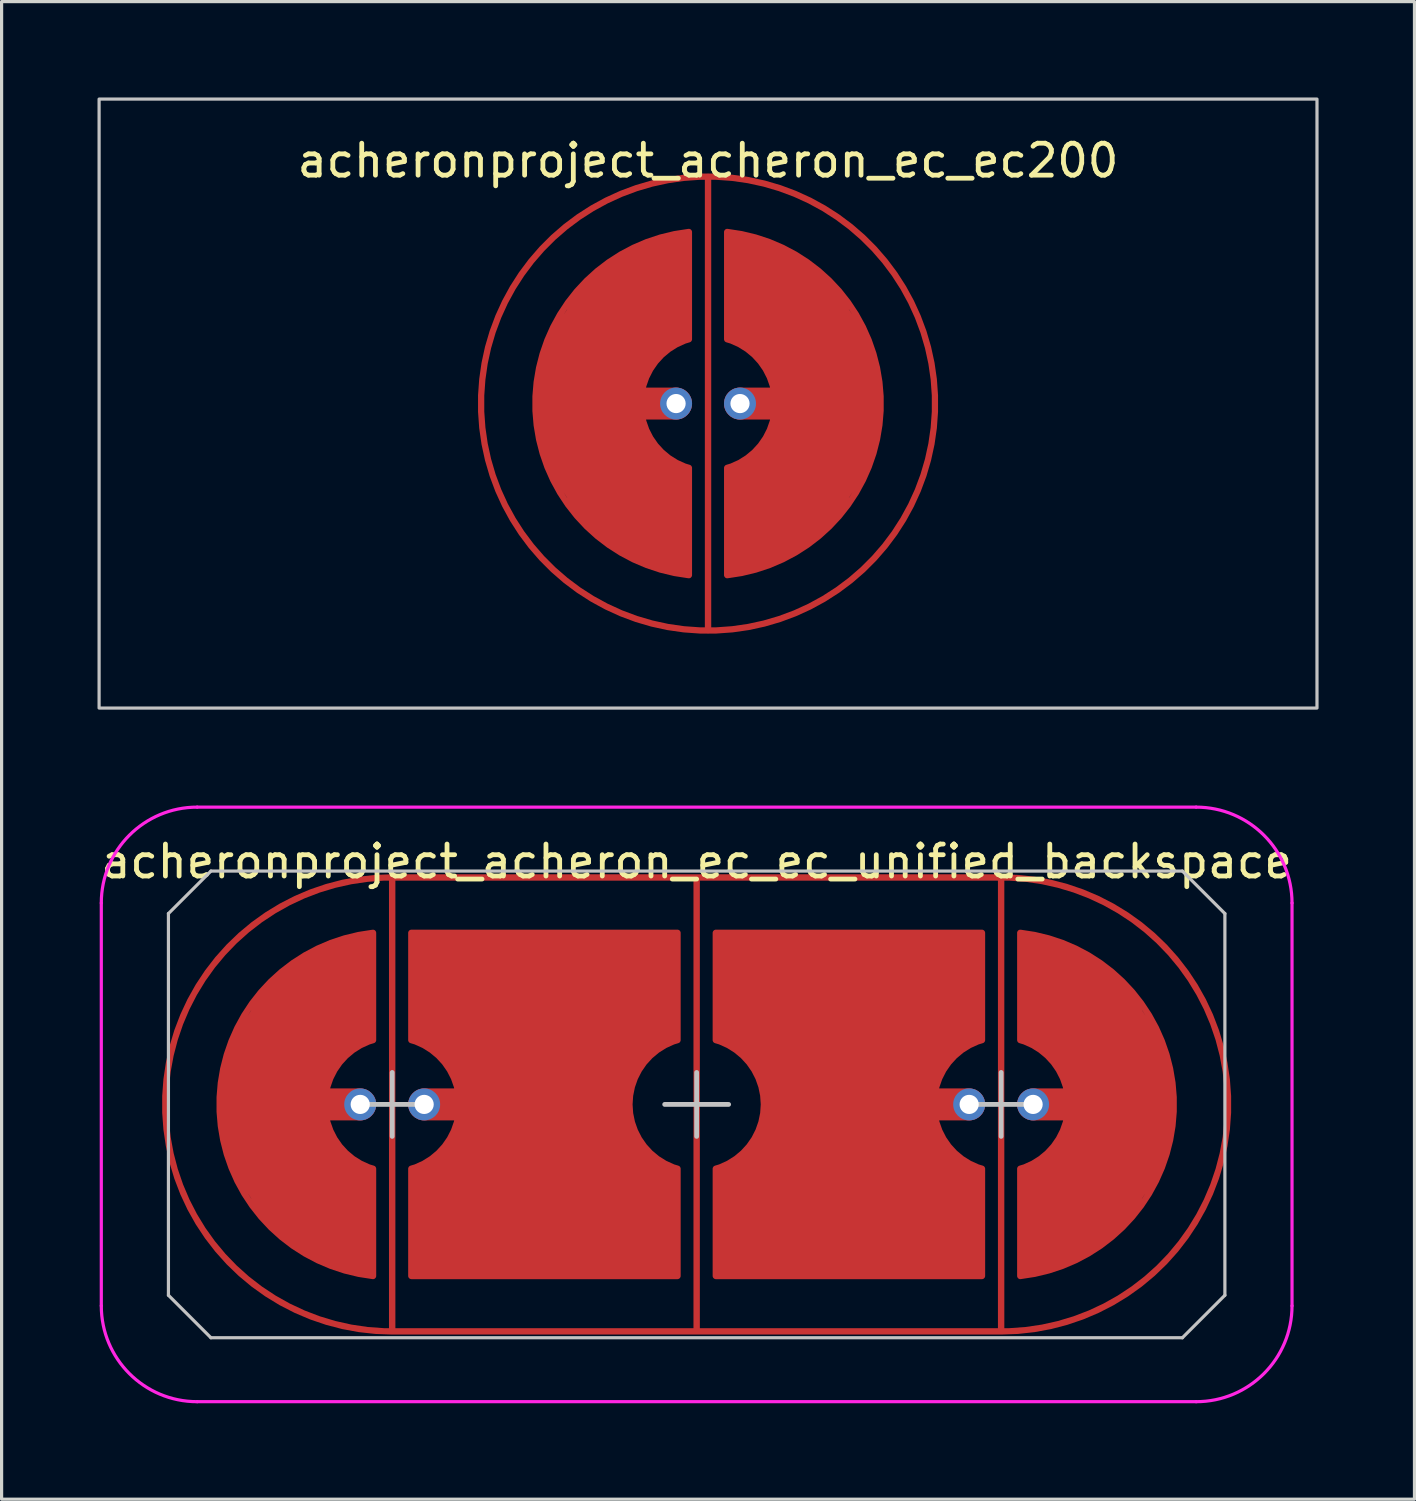
<source format=kicad_pcb>
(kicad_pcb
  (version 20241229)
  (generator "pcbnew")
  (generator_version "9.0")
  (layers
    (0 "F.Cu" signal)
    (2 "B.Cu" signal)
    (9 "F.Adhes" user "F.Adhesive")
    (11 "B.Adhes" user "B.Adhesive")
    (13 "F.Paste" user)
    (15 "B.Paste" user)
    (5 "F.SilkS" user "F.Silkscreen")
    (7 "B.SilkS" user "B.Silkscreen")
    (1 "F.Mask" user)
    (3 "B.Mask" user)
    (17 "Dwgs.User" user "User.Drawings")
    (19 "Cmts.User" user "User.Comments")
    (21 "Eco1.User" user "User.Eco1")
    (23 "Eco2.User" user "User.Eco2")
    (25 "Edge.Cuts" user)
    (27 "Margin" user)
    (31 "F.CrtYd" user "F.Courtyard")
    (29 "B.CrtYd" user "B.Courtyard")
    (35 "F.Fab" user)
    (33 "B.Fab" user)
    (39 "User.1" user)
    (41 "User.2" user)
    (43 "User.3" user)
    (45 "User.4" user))
  (footprint "acheronproject_acheron_ec_ec200"
    (layer "F.Cu")
    (at 19.1 9.575)
    (property "Reference" "acheronproject_acheron_ec_ec200" (at 0 -7.6 0) (layer "F.SilkS") (effects (font (size 1 1) (thickness 0.15))))
    (attr through_hole)
    (fp_rect (start -19.05 -9.525) (end 19.05 9.525) (stroke (width 0.1) (type solid)) (fill no) (layer "Dwgs.User"))
    (pad "" smd circle (at -1 0) (size 0.55 0.55) (layers "F.Mask"))
    (pad "" smd circle (at 1 0) (size 0.55 0.55) (layers "F.Mask"))
    (pad "1" smd custom (at 0 0 90) (size 0.2 0.2) (layers "F.Cu") (options (anchor circle)) (primitives (gr_line (start 7.1 0) (end -7.1 0) (width 0.2)) (gr_circle (center 0 0) (end 7.1 0) (width 0.2) (fill no))))
    (pad "2" smd custom (at -4.1 0) (size 0.2 0.2) (layers "F.Cu") (options (anchor circle)) (primitives (gr_poly (pts (xy 3.1 5.3) (xy 2.1 5) (xy 1.1 4.5) (xy 0.1 3.6) (xy -0.9 2) (xy -1.2 1) (xy -1.3 0) (xy -1.2 -1) (xy -0.9 -2) (xy 0.1 -3.6) (xy 1.1 -4.5) (xy 2.1 -5) (xy 3.1 -5.3) (xy 3.5 -5.367) (xy 3.5 -2.012) (xy 3.1 -1.8) (xy 2.2 -1) (xy 2 0) (xy 2.2 1) (xy 3.1 1.8) (xy 3.5 2.012) (xy 3.5 5.367)) (width 0) (fill yes)) (gr_line (start 3.1 0) (end 0.6 0) (width 1)) (gr_line (start 3.5 2.012) (end 3.5 5.367) (width 0.2)) (gr_line (start 3.5 -2.012) (end 3.5 -5.367) (width 0.2)) (gr_arc (start 3.5 5.366562) (mid -1.299999 0.001944) (end 3.496136 -5.366129) (width 0.2)) (gr_arc (start 3.5 2.01246) (mid 2.000002 0.001775) (end 3.496598 -2.011443) (width 0.2))))
    (pad "2" thru_hole circle (at -1 0) (size 1 1) (drill 0.6) (layers "*.Cu" "B.Mask"))
    (pad "3" thru_hole circle (at 1 0) (size 1 1) (drill 0.6) (layers "*.Cu" "B.Mask"))
    (pad "3" smd custom (at 4.1 0) (size 0.2 0.2) (layers "F.Cu") (options (anchor circle)) (primitives (gr_poly (pts (xy -3.1 -5.3) (xy -2.1 -5) (xy -1.1 -4.5) (xy -0.1 -3.6) (xy 0.9 -2) (xy 1.2 -1) (xy 1.3 0) (xy 1.2 1) (xy 0.9 2) (xy -0.1 3.6) (xy -1.1 4.5) (xy -2.1 5) (xy -3.5 5.367) (xy -3.5 2.012) (xy -3.1 1.8) (xy -2.2 1) (xy -2 0) (xy -2.2 -1) (xy -3.1 -1.8) (xy -3.5 -2.012) (xy -3.5 -5.367)) (width 0) (fill yes)) (gr_line (start -3.5 -2.012) (end -3.5 -5.367) (width 0.2)) (gr_arc (start -3.5 -2.01246) (mid -2.000002 -0.001775) (end -3.496598 2.011443) (width 0.2)) (gr_arc (start -3.5 -5.366562) (mid 1.299999 -0.001944) (end -3.496136 5.366129) (width 0.2)) (gr_line (start -3.5 2.012) (end -3.5 5.367) (width 0.2)) (gr_line (start -0.6 0) (end -3.1 0) (width 1))))
    (zone (net_name "") (layer "F.Cu") (hatch edge 0.508) (connect_pads) (min_thickness 0.254) (filled_areas_thickness no) (keepout (tracks allowed) (vias allowed) (pads allowed) (copperpour not_allowed) (footprints allowed)) (placement (enabled no)) (fill) (polygon (pts (xy 20.1 2.575) (xy 21.1 2.775) (xy 22.1 3.175) (xy 23.1 3.675) (xy 24.1 4.575) (xy 25 5.575) (xy 25.5 6.575) (xy 25.9 7.575) (xy 26.1 8.575) (xy 26.2 9.575) (xy 26.1 10.575) (xy 25.9 11.575) (xy 25.5 12.575) (xy 25.1 13.375) (xy 24.1 14.675) (xy 23.1 15.475) (xy 22.1 16.075) (xy 21.1 16.375) (xy 20.1 16.575) (xy 19.1 16.675) (xy 18.1 16.575) (xy 17.1 16.375) (xy 16.1 15.975) (xy 15.1 15.475) (xy 14.1 14.575) (xy 13.2 13.575) (xy 12.7 12.575) (xy 12.3 11.575) (xy 12.1 10.575) (xy 12 9.575) (xy 12.1 8.575) (xy 12.3 7.675) (xy 12.7 6.575) (xy 13.2 5.575) (xy 14 4.575) (xy 15.1 3.675) (xy 16.1 3.175) (xy 17.1 2.775) (xy 18.1 2.575) (xy 19.1 2.475)))))
  (footprint "acheronproject_acheron_ec_ec_unified_backspace"
    (layer "F.Cu")
    (at 18.744 31.5)
    (property "Reference" "acheronproject_acheron_ec_ec_unified_backspace" (at 0 -7.6 0) (layer "F.SilkS") (effects (font (size 1 1) (thickness 0.15))))
    (attr through_hole)
    (fp_line (start -16.525 -5.97) (end -15.195 -7.3) (stroke (width 0.1) (type solid)) (layer "Dwgs.User"))
    (fp_line (start -16.525 5.97) (end -16.525 -5.97) (stroke (width 0.1) (type solid)) (layer "Dwgs.User"))
    (fp_line (start -15.195 -7.3) (end 15.195 -7.3) (stroke (width 0.1) (type solid)) (layer "Dwgs.User"))
    (fp_line (start -15.195 7.3) (end -16.525 5.97) (stroke (width 0.1) (type solid)) (layer "Dwgs.User"))
    (fp_line (start -10.525 0) (end -8.525 0) (stroke (width 0.15) (type default)) (layer "Dwgs.User"))
    (fp_line (start -9.525 -1) (end -9.525 1) (stroke (width 0.15) (type default)) (layer "Dwgs.User"))
    (fp_line (start -1 0) (end 1 0) (stroke (width 0.15) (type default)) (layer "Dwgs.User"))
    (fp_line (start 0 -1) (end 0 1) (stroke (width 0.15) (type default)) (layer "Dwgs.User"))
    (fp_line (start 8.525 0) (end 10.525 0) (stroke (width 0.15) (type default)) (layer "Dwgs.User"))
    (fp_line (start 9.525 -1) (end 9.525 1) (stroke (width 0.15) (type default)) (layer "Dwgs.User"))
    (fp_line (start 15.195 -7.3) (end 16.525 -5.97) (stroke (width 0.1) (type solid)) (layer "Dwgs.User"))
    (fp_line (start 15.195 7.3) (end -15.195 7.3) (stroke (width 0.1) (type solid)) (layer "Dwgs.User"))
    (fp_line (start 16.525 -5.97) (end 16.525 5.97) (stroke (width 0.1) (type solid)) (layer "Dwgs.User"))
    (fp_line (start 16.525 5.97) (end 15.195 7.3) (stroke (width 0.1) (type solid)) (layer "Dwgs.User"))
    (fp_line (start -18.625 6.3) (end -18.625 -6.3) (stroke (width 0.1) (type solid)) (layer "F.CrtYd"))
    (fp_line (start 15.625 -9.3) (end -15.625 -9.3) (stroke (width 0.1) (type solid)) (layer "F.CrtYd"))
    (fp_line (start 15.625 9.3) (end -15.625 9.3) (stroke (width 0.1) (type solid)) (layer "F.CrtYd"))
    (fp_line (start 18.625 -6.3) (end 18.625 6.3) (stroke (width 0.1) (type solid)) (layer "F.CrtYd"))
    (fp_arc (start -18.625 -6.3) (mid -17.74632 -8.42132) (end -15.625 -9.3) (stroke (width 0.1) (type solid)) (layer "F.CrtYd"))
    (fp_arc (start -15.625 9.3) (mid -17.74632 8.42132) (end -18.625 6.3) (stroke (width 0.1) (type solid)) (layer "F.CrtYd"))
    (fp_arc (start 15.625 -9.3) (mid 17.74632 -8.42132) (end 18.625 -6.3) (stroke (width 0.1) (type solid)) (layer "F.CrtYd"))
    (fp_arc (start 18.625 6.3) (mid 17.74632 8.42132) (end 15.625 9.3) (stroke (width 0.1) (type solid)) (layer "F.CrtYd"))
    (pad "" smd circle (at -10.525 0 180) (size 0.55 0.55) (layers "F.Mask"))
    (pad "" smd circle (at -8.525 0 180) (size 0.55 0.55) (layers "F.Mask"))
    (pad "" smd circle (at 8.525 0 180) (size 0.55 0.55) (layers "F.Mask"))
    (pad "" smd circle (at 10.525 0 180) (size 0.55 0.55) (layers "F.Mask"))
    (pad "1" smd custom (at 9.525 0 270) (size 0.2 0.2) (layers "F.Cu") (options (anchor circle)) (primitives (gr_line (start 7.1 0) (end -7.1 0) (width 0.2)) (gr_arc (start -7.1 0) (mid 0 -7.1) (end 7.1 0) (width 0.2)) (gr_line (start -7.1 0) (end -7.1 19.05) (width 0.2)) (gr_line (start 7.1 9.525) (end -7.1 9.525) (width 0.2)) (gr_arc (start 7.1 19.05) (mid 0 26.15) (end -7.1 19.05) (width 0.2)) (gr_line (start 7.1 19.05) (end -7.1 19.05) (width 0.2)) (gr_line (start 7.1 0) (end 7.1 19.05) (width 0.2))))
    (pad "2" smd custom (at -13.625 0) (size 0.2 0.2) (layers "F.Cu") (options (anchor circle)) (primitives (gr_poly (pts (xy 3.1 5.3) (xy 2.1 5) (xy 1.1 4.5) (xy 0.1 3.6) (xy -0.9 2) (xy -1.2 1) (xy -1.3 0) (xy -1.2 -1) (xy -0.9 -2) (xy 0.1 -3.6) (xy 1.1 -4.5) (xy 2.1 -5) (xy 3.1 -5.3) (xy 3.5 -5.367) (xy 3.5 -2.012) (xy 3.1 -1.8) (xy 2.2 -1) (xy 2 0) (xy 2.2 1) (xy 3.1 1.8) (xy 3.5 2.012) (xy 3.5 5.367)) (width 0) (fill yes)) (gr_arc (start 3.5 2.01246) (mid 2.000002 0.001775) (end 3.496598 -2.011443) (width 0.2)) (gr_arc (start 3.5 5.366562) (mid -1.299999 0.001944) (end 3.496136 -5.366129) (width 0.2)) (gr_line (start 3.5 -2.012) (end 3.5 -5.367) (width 0.2)) (gr_line (start 3.5 2.012) (end 3.5 5.367) (width 0.2)) (gr_line (start 3.1 0) (end 0.6 0) (width 1))))
    (pad "2" thru_hole circle (at -10.525 0) (size 1 1) (drill 0.6) (layers "*.Cu" "B.Mask"))
    (pad "2" thru_hole circle (at 10.525 0 180) (size 1 1) (drill 0.6) (layers "*.Cu" "B.Mask"))
    (pad "3" thru_hole circle (at -8.525 0) (size 1 1) (drill 0.6) (layers "*.Cu" "B.Mask"))
    (pad "3" smd custom (at -4.1 0 180) (size 0.2 0.2) (layers "F.Cu") (options (anchor circle)) (primitives (gr_arc (start 4.825 5.366562) (mid 0.025001 0.001944) (end 4.821136 -5.366129) (width 0.2)) (gr_line (start -3.5 -5.367) (end 4.825 -5.367) (width 0.2)) (gr_line (start -3.5 -2.012) (end -3.5 -5.367) (width 0.2)) (gr_line (start 4.825 -2.012) (end 4.825 -5.367) (width 0.2)) (gr_line (start 4.825 -5.367) (end 4.825 -2.012) (width 0.2)) (gr_line (start -3.5 -2.012) (end -3.5 -5.367) (width 0.2)) (gr_line (start 4.825 5.367) (end -3.5 5.367) (width 0.2)) (gr_line (start -3.5 5.367) (end -3.5 2.012) (width 0.2)) (gr_line (start 4.825 2.012) (end 4.825 5.367) (width 0.2)) (gr_arc (start -3.5 -2.01246) (mid -2.000002 -0.001775) (end -3.496598 2.011443) (width 0.2)) (gr_arc (start 4.825 2.01246) (mid 3.325002 0.001775) (end 4.821598 -2.011443) (width 0.2)) (gr_line (start 1.925 0) (end 4.425 0) (width 1)) (gr_line (start 4.825 2.012) (end 4.825 5.367) (width 0.2)) (gr_poly (pts (xy -3.496 5.366) (xy -3.5 2.012) (xy -3.1 1.8) (xy -2.2 1) (xy -2 -0.002) (xy -2.2 -1) (xy -3.1 -1.8) (xy -3.5 -2.012) (xy -3.5 -5.367) (xy 4.825 -5.367) (xy 4.825 -2.012) (xy 4.425 -1.8) (xy 3.525 -1) (xy 3.325 0) (xy 3.525 1) (xy 4.425 1.8) (xy 4.825 2.012) (xy 4.825 5.367)) (width 0) (fill yes)) (gr_arc (start -3.5 -5.366562) (mid 1.299999 -0.001944) (end -3.496136 5.366129) (width 0.2)) (gr_line (start -3.5 2.012) (end -3.5 5.367) (width 0.2))))
    (pad "3" thru_hole circle (at 8.525 0 180) (size 1 1) (drill 0.6) (layers "*.Cu" "B.Mask"))
    (pad "4" smd custom (at 4.1 0) (size 0.2 0.2) (layers "F.Cu") (options (anchor circle)) (primitives (gr_poly (pts (xy -3.496 5.366) (xy -3.5 2.012) (xy -3.1 1.8) (xy -2.2 1) (xy -2 -0.002) (xy -2.2 -1) (xy -3.1 -1.8) (xy -3.5 -2.012) (xy -3.5 -5.367) (xy 4.825 -5.367) (xy 4.825 -2.012) (xy 4.425 -1.8) (xy 3.525 -1) (xy 3.325 0) (xy 3.525 1) (xy 4.425 1.8) (xy 4.825 2.012) (xy 4.825 5.367)) (width 0) (fill yes)) (gr_line (start -3.5 5.367) (end -3.5 2.012) (width 0.2)) (gr_line (start 4.825 2.012) (end 4.825 5.367) (width 0.2)) (gr_line (start 4.825 5.367) (end -3.5 5.367) (width 0.2)) (gr_line (start 4.825 2.012) (end 4.825 5.367) (width 0.2)) (gr_line (start -3.5 2.012) (end -3.5 5.367) (width 0.2)) (gr_line (start 4.825 -5.367) (end 4.825 -2.012) (width 0.2)) (gr_line (start -3.5 -5.367) (end 4.825 -5.367) (width 0.2)) (gr_line (start -3.5 -2.012) (end -3.5 -5.367) (width 0.2)) (gr_arc (start -3.5 -2.01246) (mid -2.000002 -0.001775) (end -3.496598 2.011443) (width 0.2)) (gr_arc (start -3.5 -5.366562) (mid 1.299999 -0.001944) (end -3.496136 5.366129) (width 0.2)) (gr_line (start -3.5 -2.012) (end -3.5 -5.367) (width 0.2)) (gr_line (start 1.925 0) (end 4.425 0) (width 1)) (gr_arc (start 4.825 2.01246) (mid 3.325002 0.001775) (end 4.821598 -2.011443) (width 0.2)) (gr_line (start 4.825 -2.012) (end 4.825 -5.367) (width 0.2)) (gr_arc (start 4.825 5.366562) (mid 0.025001 0.001944) (end 4.821136 -5.366129) (width 0.2))))
    (pad "5" smd custom (at 13.625 0 180) (size 0.2 0.2) (layers "F.Cu") (options (anchor circle)) (primitives (gr_poly (pts (xy 3.1 5.3) (xy 2.1 5) (xy 1.1 4.5) (xy 0.1 3.6) (xy -0.9 2) (xy -1.2 1) (xy -1.3 0) (xy -1.2 -1) (xy -0.9 -2) (xy 0.1 -3.6) (xy 1.1 -4.5) (xy 2.1 -5) (xy 3.1 -5.3) (xy 3.5 -5.367) (xy 3.5 -2.012) (xy 3.1 -1.8) (xy 2.2 -1) (xy 2 0) (xy 2.2 1) (xy 3.1 1.8) (xy 3.5 2.012) (xy 3.5 5.367)) (width 0) (fill yes)) (gr_line (start 3.1 0) (end 0.6 0) (width 1)) (gr_line (start 3.5 2.012) (end 3.5 5.367) (width 0.2)) (gr_line (start 3.5 -2.012) (end 3.5 -5.367) (width 0.2)) (gr_arc (start 3.5 5.366562) (mid -1.299999 0.001944) (end 3.496136 -5.366129) (width 0.2)) (gr_arc (start 3.5 2.01246) (mid 2.000002 0.001775) (end 3.496598 -2.011443) (width 0.2))))
    (zone (net_name "") (layer "F.Cu") (hatch edge 0.508) (connect_pads) (min_thickness 0.254) (filled_areas_thickness no) (keepout (tracks allowed) (vias allowed) (pads allowed) (copperpour not_allowed) (footprints allowed)) (placement (enabled no)) (fill) (polygon (pts (xy 9.219 38.6) (xy 7.219 38.3) (xy 6.219 37.9) (xy 5.219 37.4) (xy 4.219 36.5) (xy 3.319 35.5) (xy 2.819 34.5) (xy 2.419 33.5) (xy 2.219 32.5) (xy 2.119 31.5) (xy 2.219 30.5) (xy 2.419 29.6) (xy 2.819 28.5) (xy 3.319 27.5) (xy 4.119 26.5) (xy 5.219 25.6) (xy 6.219 25.1) (xy 8.219 24.5) (xy 9.219 24.4) (xy 28.269 24.4) (xy 29.269 24.5) (xy 30.269 24.7) (xy 31.269 25.1) (xy 32.269 25.6) (xy 33.269 26.5) (xy 34.169 27.5) (xy 34.669 28.5) (xy 35.069 29.5) (xy 35.269 30.5) (xy 35.369 31.5) (xy 35.269 32.5) (xy 35.069 33.4) (xy 34.669 34.5) (xy 34.169 35.5) (xy 33.369 36.5) (xy 32.269 37.4) (xy 31.269 37.9) (xy 30.269 38.3) (xy 29.269 38.5) (xy 28.269 38.6)))))
  (gr_rect
    (start -3 -3)
    (end 41.2 43.85)
    (stroke (width 0.1) (type default))
    (fill no)
    (layer "Edge.Cuts")))
</source>
